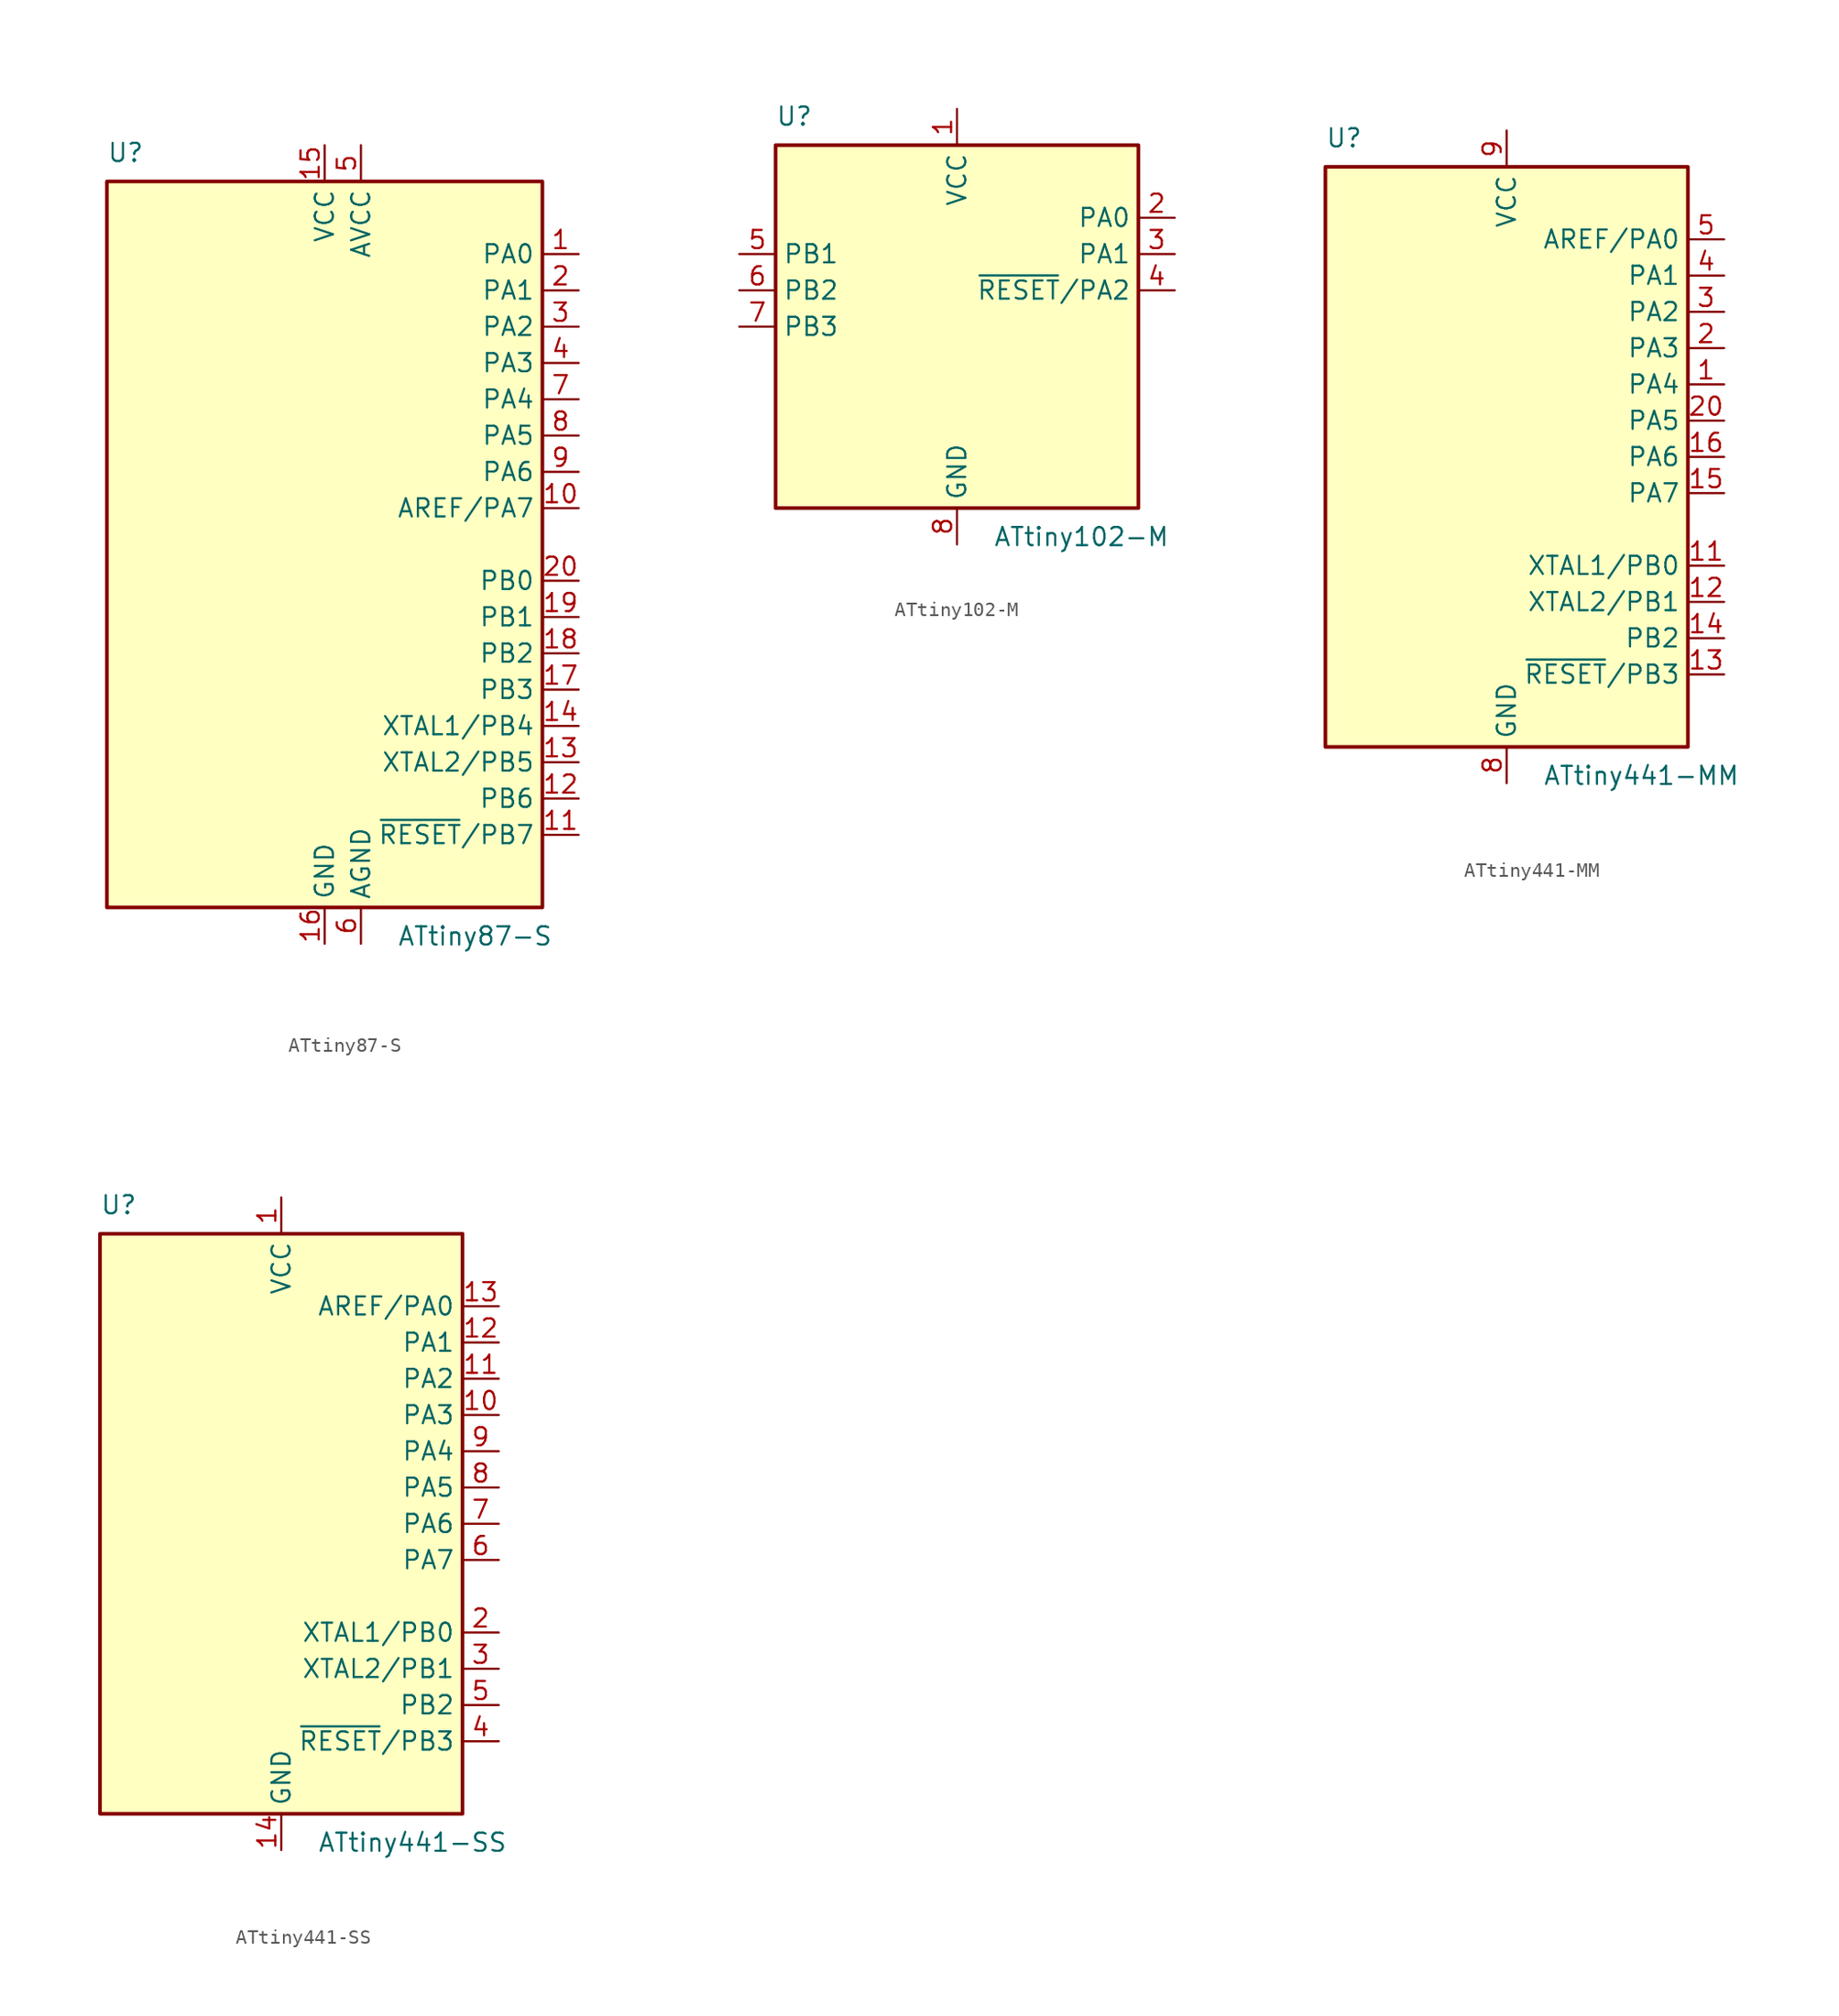
<source format=kicad_sym>
(kicad_symbol_lib
  (version 20211014)
  (generator kicad_symbol_editor)
  (symbol "ATtiny87-S"
    (property "Reference" "U"
      (at -15.24 26.67 0)
      (effects (font (size 1.27 1.27)) (justify left bottom)))
    (property "Value" "ATtiny87-S"
      (at 5.08 -26.67 0)
      (effects (font (size 1.27 1.27)) (justify left top)))
    (symbol "ATtiny87-S_0_1"
      (rectangle (start -15.24 -25.4) (end 15.24 25.4) (stroke (width 0.254) (type default) (color 0 0 0 0)) (fill (type background))))
    (symbol "ATtiny87-S_1_1"
      (pin bidirectional line (at 17.78 20.32 180) (length 2.54) (name "PA0" (effects (font (size 1.27 1.27)))) (number "1" (effects (font (size 1.27 1.27)))))
      (pin bidirectional line (at 17.78 2.54 180) (length 2.54) (name "AREF/PA7" (effects (font (size 1.27 1.27)))) (number "10" (effects (font (size 1.27 1.27)))))
      (pin bidirectional line (at 17.78 -20.32 180) (length 2.54) (name "~{RESET}/PB7" (effects (font (size 1.27 1.27)))) (number "11" (effects (font (size 1.27 1.27)))))
      (pin bidirectional line (at 17.78 -17.78 180) (length 2.54) (name "PB6" (effects (font (size 1.27 1.27)))) (number "12" (effects (font (size 1.27 1.27)))))
      (pin bidirectional line (at 17.78 -15.24 180) (length 2.54) (name "XTAL2/PB5" (effects (font (size 1.27 1.27)))) (number "13" (effects (font (size 1.27 1.27)))))
      (pin bidirectional line (at 17.78 -12.7 180) (length 2.54) (name "XTAL1/PB4" (effects (font (size 1.27 1.27)))) (number "14" (effects (font (size 1.27 1.27)))))
      (pin power_in line (at 0 27.94 270) (length 2.54) (name "VCC" (effects (font (size 1.27 1.27)))) (number "15" (effects (font (size 1.27 1.27)))))
      (pin power_in line (at 0 -27.94 90) (length 2.54) (name "GND" (effects (font (size 1.27 1.27)))) (number "16" (effects (font (size 1.27 1.27)))))
      (pin bidirectional line (at 17.78 -10.16 180) (length 2.54) (name "PB3" (effects (font (size 1.27 1.27)))) (number "17" (effects (font (size 1.27 1.27)))))
      (pin bidirectional line (at 17.78 -7.62 180) (length 2.54) (name "PB2" (effects (font (size 1.27 1.27)))) (number "18" (effects (font (size 1.27 1.27)))))
      (pin bidirectional line (at 17.78 -5.08 180) (length 2.54) (name "PB1" (effects (font (size 1.27 1.27)))) (number "19" (effects (font (size 1.27 1.27)))))
      (pin bidirectional line (at 17.78 17.78 180) (length 2.54) (name "PA1" (effects (font (size 1.27 1.27)))) (number "2" (effects (font (size 1.27 1.27)))))
      (pin bidirectional line (at 17.78 -2.54 180) (length 2.54) (name "PB0" (effects (font (size 1.27 1.27)))) (number "20" (effects (font (size 1.27 1.27)))))
      (pin bidirectional line (at 17.78 15.24 180) (length 2.54) (name "PA2" (effects (font (size 1.27 1.27)))) (number "3" (effects (font (size 1.27 1.27)))))
      (pin bidirectional line (at 17.78 12.7 180) (length 2.54) (name "PA3" (effects (font (size 1.27 1.27)))) (number "4" (effects (font (size 1.27 1.27)))))
      (pin power_in line (at 2.54 27.94 270) (length 2.54) (name "AVCC" (effects (font (size 1.27 1.27)))) (number "5" (effects (font (size 1.27 1.27)))))
      (pin power_in line (at 2.54 -27.94 90) (length 2.54) (name "AGND" (effects (font (size 1.27 1.27)))) (number "6" (effects (font (size 1.27 1.27)))))
      (pin bidirectional line (at 17.78 10.16 180) (length 2.54) (name "PA4" (effects (font (size 1.27 1.27)))) (number "7" (effects (font (size 1.27 1.27)))))
      (pin bidirectional line (at 17.78 7.62 180) (length 2.54) (name "PA5" (effects (font (size 1.27 1.27)))) (number "8" (effects (font (size 1.27 1.27)))))
      (pin bidirectional line (at 17.78 5.08 180) (length 2.54) (name "PA6" (effects (font (size 1.27 1.27)))) (number "9" (effects (font (size 1.27 1.27)))))))
  (symbol "ATtiny102-M"
    (property "Reference" "U"
      (at -12.7 13.97 0)
      (effects (font (size 1.27 1.27)) (justify left bottom)))
    (property "Value" "ATtiny102-M"
      (at 2.54 -13.97 0)
      (effects (font (size 1.27 1.27)) (justify left top)))
    (symbol "ATtiny102-M_0_1"
      (rectangle (start -12.7 -12.7) (end 12.7 12.7) (stroke (width 0.254) (type default) (color 0 0 0 0)) (fill (type background))))
    (symbol "ATtiny102-M_1_1"
      (pin power_in line (at 0 15.24 270) (length 2.54) (name "VCC" (effects (font (size 1.27 1.27)))) (number "1" (effects (font (size 1.27 1.27)))))
      (pin bidirectional line (at 15.24 7.62 180) (length 2.54) (name "PA0" (effects (font (size 1.27 1.27)))) (number "2" (effects (font (size 1.27 1.27)))))
      (pin bidirectional line (at 15.24 5.08 180) (length 2.54) (name "PA1" (effects (font (size 1.27 1.27)))) (number "3" (effects (font (size 1.27 1.27)))))
      (pin bidirectional line (at 15.24 2.54 180) (length 2.54) (name "~{RESET}/PA2" (effects (font (size 1.27 1.27)))) (number "4" (effects (font (size 1.27 1.27)))))
      (pin bidirectional line (at -15.24 5.08 0) (length 2.54) (name "PB1" (effects (font (size 1.27 1.27)))) (number "5" (effects (font (size 1.27 1.27)))))
      (pin bidirectional line (at -15.24 2.54 0) (length 2.54) (name "PB2" (effects (font (size 1.27 1.27)))) (number "6" (effects (font (size 1.27 1.27)))))
      (pin bidirectional line (at -15.24 0 0) (length 2.54) (name "PB3" (effects (font (size 1.27 1.27)))) (number "7" (effects (font (size 1.27 1.27)))))
      (pin power_in line (at 0 -15.24 90) (length 2.54) (name "GND" (effects (font (size 1.27 1.27)))) (number "8" (effects (font (size 1.27 1.27)))))
      (pin no_connect line (at -12.7 -7.62 0) (length 2.54) hide (name "NC" (effects (font (size 1.27 1.27)))) (number "9" (effects (font (size 1.27 1.27)))))))
  (symbol "ATtiny441-MM"
    (property "Reference" "U"
      (at -12.7 21.59 0)
      (effects (font (size 1.27 1.27)) (justify left bottom)))
    (property "Value" "ATtiny441-MM"
      (at 2.54 -21.59 0)
      (effects (font (size 1.27 1.27)) (justify left top)))
    (symbol "ATtiny441-MM_0_1"
      (rectangle (start -12.7 -20.32) (end 12.7 20.32) (stroke (width 0.254) (type default) (color 0 0 0 0)) (fill (type background))))
    (symbol "ATtiny441-MM_1_1"
      (pin bidirectional line (at 15.24 5.08 180) (length 2.54) (name "PA4" (effects (font (size 1.27 1.27)))) (number "1" (effects (font (size 1.27 1.27)))))
      (pin no_connect line (at -12.7 -10.16 0) (length 2.54) hide (name "NC" (effects (font (size 1.27 1.27)))) (number "10" (effects (font (size 1.27 1.27)))))
      (pin bidirectional line (at 15.24 -7.62 180) (length 2.54) (name "XTAL1/PB0" (effects (font (size 1.27 1.27)))) (number "11" (effects (font (size 1.27 1.27)))))
      (pin bidirectional line (at 15.24 -10.16 180) (length 2.54) (name "XTAL2/PB1" (effects (font (size 1.27 1.27)))) (number "12" (effects (font (size 1.27 1.27)))))
      (pin bidirectional line (at 15.24 -15.24 180) (length 2.54) (name "~{RESET}/PB3" (effects (font (size 1.27 1.27)))) (number "13" (effects (font (size 1.27 1.27)))))
      (pin bidirectional line (at 15.24 -12.7 180) (length 2.54) (name "PB2" (effects (font (size 1.27 1.27)))) (number "14" (effects (font (size 1.27 1.27)))))
      (pin bidirectional line (at 15.24 -2.54 180) (length 2.54) (name "PA7" (effects (font (size 1.27 1.27)))) (number "15" (effects (font (size 1.27 1.27)))))
      (pin bidirectional line (at 15.24 0 180) (length 2.54) (name "PA6" (effects (font (size 1.27 1.27)))) (number "16" (effects (font (size 1.27 1.27)))))
      (pin no_connect line (at -12.7 -12.7 0) (length 2.54) hide (name "NC" (effects (font (size 1.27 1.27)))) (number "17" (effects (font (size 1.27 1.27)))))
      (pin no_connect line (at -12.7 -15.24 0) (length 2.54) hide (name "NC" (effects (font (size 1.27 1.27)))) (number "18" (effects (font (size 1.27 1.27)))))
      (pin no_connect line (at -12.7 -17.78 0) (length 2.54) hide (name "NC" (effects (font (size 1.27 1.27)))) (number "19" (effects (font (size 1.27 1.27)))))
      (pin bidirectional line (at 15.24 7.62 180) (length 2.54) (name "PA3" (effects (font (size 1.27 1.27)))) (number "2" (effects (font (size 1.27 1.27)))))
      (pin bidirectional line (at 15.24 2.54 180) (length 2.54) (name "PA5" (effects (font (size 1.27 1.27)))) (number "20" (effects (font (size 1.27 1.27)))))
      (pin passive line (at 0 -22.86 90) (length 2.54) hide (name "GND" (effects (font (size 1.27 1.27)))) (number "21" (effects (font (size 1.27 1.27)))))
      (pin bidirectional line (at 15.24 10.16 180) (length 2.54) (name "PA2" (effects (font (size 1.27 1.27)))) (number "3" (effects (font (size 1.27 1.27)))))
      (pin bidirectional line (at 15.24 12.7 180) (length 2.54) (name "PA1" (effects (font (size 1.27 1.27)))) (number "4" (effects (font (size 1.27 1.27)))))
      (pin bidirectional line (at 15.24 15.24 180) (length 2.54) (name "AREF/PA0" (effects (font (size 1.27 1.27)))) (number "5" (effects (font (size 1.27 1.27)))))
      (pin no_connect line (at -12.7 -5.08 0) (length 2.54) hide (name "NC" (effects (font (size 1.27 1.27)))) (number "6" (effects (font (size 1.27 1.27)))))
      (pin no_connect line (at -12.7 -7.62 0) (length 2.54) hide (name "NC" (effects (font (size 1.27 1.27)))) (number "7" (effects (font (size 1.27 1.27)))))
      (pin power_in line (at 0 -22.86 90) (length 2.54) (name "GND" (effects (font (size 1.27 1.27)))) (number "8" (effects (font (size 1.27 1.27)))))
      (pin power_in line (at 0 22.86 270) (length 2.54) (name "VCC" (effects (font (size 1.27 1.27)))) (number "9" (effects (font (size 1.27 1.27)))))))
  (symbol "ATtiny441-SS"
    (property "Reference" "U"
      (at -12.7 21.59 0)
      (effects (font (size 1.27 1.27)) (justify left bottom)))
    (property "Value" "ATtiny441-SS"
      (at 2.54 -21.59 0)
      (effects (font (size 1.27 1.27)) (justify left top)))
    (symbol "ATtiny441-SS_0_1"
      (rectangle (start -12.7 -20.32) (end 12.7 20.32) (stroke (width 0.254) (type default) (color 0 0 0 0)) (fill (type background))))
    (symbol "ATtiny441-SS_1_1"
      (pin power_in line (at 0 22.86 270) (length 2.54) (name "VCC" (effects (font (size 1.27 1.27)))) (number "1" (effects (font (size 1.27 1.27)))))
      (pin bidirectional line (at 15.24 7.62 180) (length 2.54) (name "PA3" (effects (font (size 1.27 1.27)))) (number "10" (effects (font (size 1.27 1.27)))))
      (pin bidirectional line (at 15.24 10.16 180) (length 2.54) (name "PA2" (effects (font (size 1.27 1.27)))) (number "11" (effects (font (size 1.27 1.27)))))
      (pin bidirectional line (at 15.24 12.7 180) (length 2.54) (name "PA1" (effects (font (size 1.27 1.27)))) (number "12" (effects (font (size 1.27 1.27)))))
      (pin bidirectional line (at 15.24 15.24 180) (length 2.54) (name "AREF/PA0" (effects (font (size 1.27 1.27)))) (number "13" (effects (font (size 1.27 1.27)))))
      (pin power_in line (at 0 -22.86 90) (length 2.54) (name "GND" (effects (font (size 1.27 1.27)))) (number "14" (effects (font (size 1.27 1.27)))))
      (pin bidirectional line (at 15.24 -7.62 180) (length 2.54) (name "XTAL1/PB0" (effects (font (size 1.27 1.27)))) (number "2" (effects (font (size 1.27 1.27)))))
      (pin bidirectional line (at 15.24 -10.16 180) (length 2.54) (name "XTAL2/PB1" (effects (font (size 1.27 1.27)))) (number "3" (effects (font (size 1.27 1.27)))))
      (pin bidirectional line (at 15.24 -15.24 180) (length 2.54) (name "~{RESET}/PB3" (effects (font (size 1.27 1.27)))) (number "4" (effects (font (size 1.27 1.27)))))
      (pin bidirectional line (at 15.24 -12.7 180) (length 2.54) (name "PB2" (effects (font (size 1.27 1.27)))) (number "5" (effects (font (size 1.27 1.27)))))
      (pin bidirectional line (at 15.24 -2.54 180) (length 2.54) (name "PA7" (effects (font (size 1.27 1.27)))) (number "6" (effects (font (size 1.27 1.27)))))
      (pin bidirectional line (at 15.24 0 180) (length 2.54) (name "PA6" (effects (font (size 1.27 1.27)))) (number "7" (effects (font (size 1.27 1.27)))))
      (pin bidirectional line (at 15.24 2.54 180) (length 2.54) (name "PA5" (effects (font (size 1.27 1.27)))) (number "8" (effects (font (size 1.27 1.27)))))
      (pin bidirectional line (at 15.24 5.08 180) (length 2.54) (name "PA4" (effects (font (size 1.27 1.27)))) (number "9" (effects (font (size 1.27 1.27))))))))
</source>
